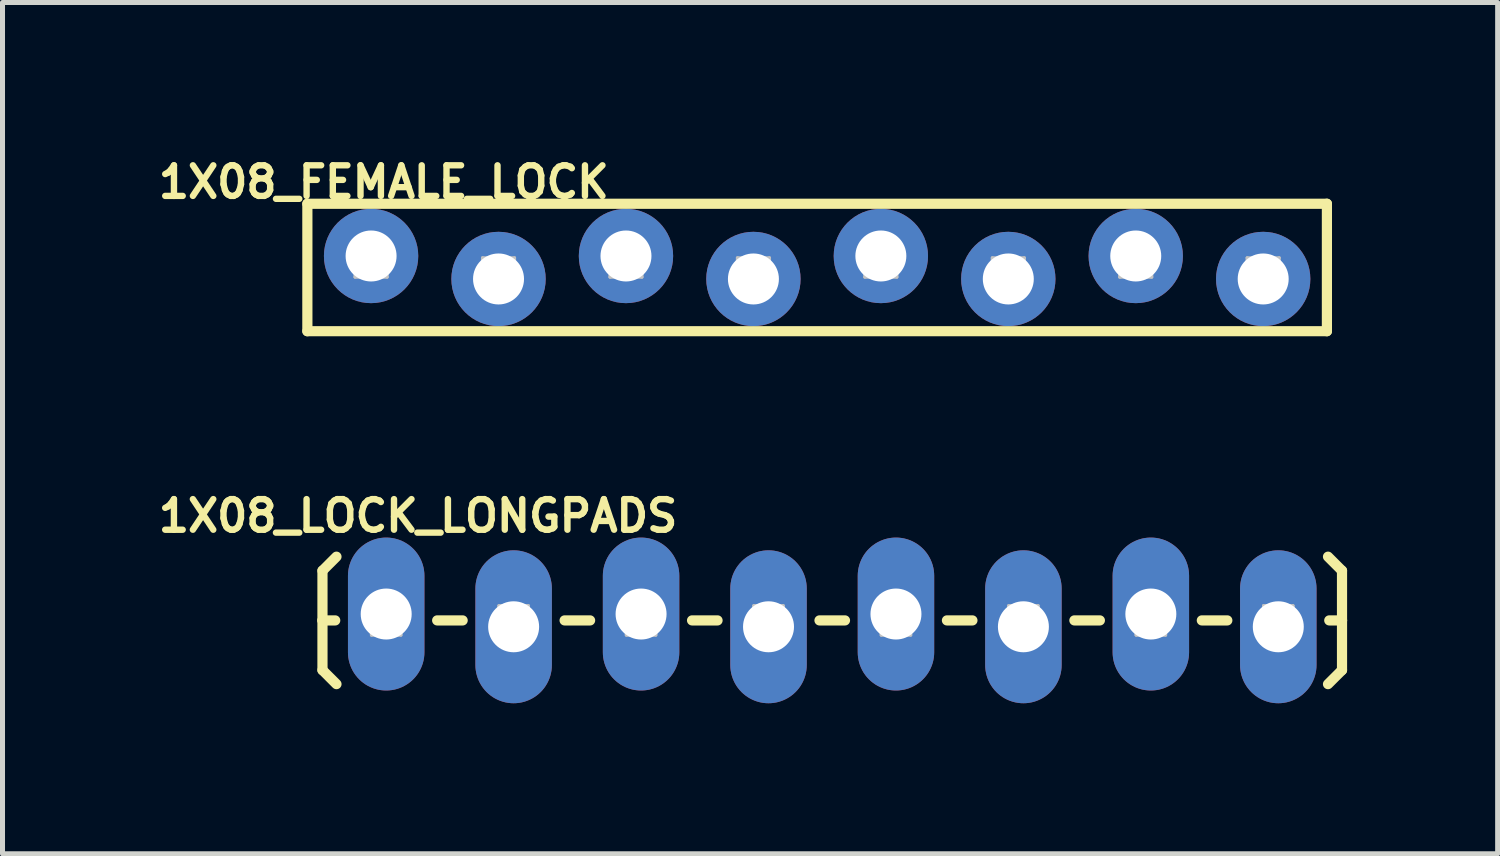
<source format=kicad_pcb>
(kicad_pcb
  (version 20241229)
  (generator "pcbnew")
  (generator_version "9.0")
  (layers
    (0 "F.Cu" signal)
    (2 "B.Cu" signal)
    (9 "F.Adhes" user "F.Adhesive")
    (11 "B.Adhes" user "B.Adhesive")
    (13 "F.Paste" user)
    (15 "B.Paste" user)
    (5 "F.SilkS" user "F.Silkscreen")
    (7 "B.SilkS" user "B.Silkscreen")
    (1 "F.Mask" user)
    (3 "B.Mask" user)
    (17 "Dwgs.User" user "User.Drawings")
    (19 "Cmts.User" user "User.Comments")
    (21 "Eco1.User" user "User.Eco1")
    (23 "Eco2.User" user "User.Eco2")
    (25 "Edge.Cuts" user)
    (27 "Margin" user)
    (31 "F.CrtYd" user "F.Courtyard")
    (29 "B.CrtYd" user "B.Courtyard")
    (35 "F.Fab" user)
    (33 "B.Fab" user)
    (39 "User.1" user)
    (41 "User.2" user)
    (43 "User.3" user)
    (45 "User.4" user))
  (footprint "1X08_LOCK_LONGPADS"
    (layer "F.Cu")
    (at 4.647 9.315)
    (property "Reference" "1X08_LOCK_LONGPADS" (at 0.635 -2.083 0) (layer "F.SilkS") (effects (font (size 0.61 0.61) (thickness 0.127))))
    (attr exclude_from_pos_files exclude_from_bom)
    (fp_line (start -1.27 -0.991) (end -0.991 -1.27) (stroke (width 0.203) (type solid)) (layer "F.SilkS"))
    (fp_line (start -1.27 0) (end -1.27 -0.991) (stroke (width 0.203) (type solid)) (layer "F.SilkS"))
    (fp_line (start -1.27 0) (end -1.27 0.991) (stroke (width 0.203) (type solid)) (layer "F.SilkS"))
    (fp_line (start -1.27 0) (end -1.016 0) (stroke (width 0.203) (type solid)) (layer "F.SilkS"))
    (fp_line (start -1.27 0.991) (end -0.991 1.27) (stroke (width 0.203) (type solid)) (layer "F.SilkS"))
    (fp_line (start 1.524 0) (end 1.016 0) (stroke (width 0.203) (type solid)) (layer "F.SilkS"))
    (fp_line (start 4.064 0) (end 3.556 0) (stroke (width 0.203) (type solid)) (layer "F.SilkS"))
    (fp_line (start 6.604 0) (end 6.096 0) (stroke (width 0.203) (type solid)) (layer "F.SilkS"))
    (fp_line (start 9.144 0) (end 8.636 0) (stroke (width 0.203) (type solid)) (layer "F.SilkS"))
    (fp_line (start 11.684 0) (end 11.176 0) (stroke (width 0.203) (type solid)) (layer "F.SilkS"))
    (fp_line (start 14.224 0) (end 13.716 0) (stroke (width 0.203) (type solid)) (layer "F.SilkS"))
    (fp_line (start 16.764 0) (end 16.256 0) (stroke (width 0.203) (type solid)) (layer "F.SilkS"))
    (fp_line (start 19.05 -0.991) (end 18.771 -1.27) (stroke (width 0.203) (type solid)) (layer "F.SilkS"))
    (fp_line (start 19.05 0) (end 18.796 0) (stroke (width 0.203) (type solid)) (layer "F.SilkS"))
    (fp_line (start 19.05 0) (end 19.05 -0.991) (stroke (width 0.203) (type solid)) (layer "F.SilkS"))
    (fp_line (start 19.05 0) (end 19.05 0.991) (stroke (width 0.203) (type solid)) (layer "F.SilkS"))
    (fp_line (start 19.05 0.991) (end 18.771 1.27) (stroke (width 0.203) (type solid)) (layer "F.SilkS"))
    (fp_line (start -0.292 -0.292) (end 0.292 -0.292) (stroke (width 0.066) (type solid)) (layer "Dwgs.User"))
    (fp_line (start -0.292 0.292) (end -0.292 -0.292) (stroke (width 0.066) (type solid)) (layer "Dwgs.User"))
    (fp_line (start -0.292 0.292) (end 0.292 0.292) (stroke (width 0.066) (type solid)) (layer "Dwgs.User"))
    (fp_line (start 0.292 0.292) (end 0.292 -0.292) (stroke (width 0.066) (type solid)) (layer "Dwgs.User"))
    (fp_line (start 2.248 -0.292) (end 2.832 -0.292) (stroke (width 0.066) (type solid)) (layer "Dwgs.User"))
    (fp_line (start 2.248 0.292) (end 2.248 -0.292) (stroke (width 0.066) (type solid)) (layer "Dwgs.User"))
    (fp_line (start 2.248 0.292) (end 2.832 0.292) (stroke (width 0.066) (type solid)) (layer "Dwgs.User"))
    (fp_line (start 2.832 0.292) (end 2.832 -0.292) (stroke (width 0.066) (type solid)) (layer "Dwgs.User"))
    (fp_line (start 4.788 -0.292) (end 5.372 -0.292) (stroke (width 0.066) (type solid)) (layer "Dwgs.User"))
    (fp_line (start 4.788 0.292) (end 4.788 -0.292) (stroke (width 0.066) (type solid)) (layer "Dwgs.User"))
    (fp_line (start 4.788 0.292) (end 5.372 0.292) (stroke (width 0.066) (type solid)) (layer "Dwgs.User"))
    (fp_line (start 5.372 0.292) (end 5.372 -0.292) (stroke (width 0.066) (type solid)) (layer "Dwgs.User"))
    (fp_line (start 7.328 -0.292) (end 7.912 -0.292) (stroke (width 0.066) (type solid)) (layer "Dwgs.User"))
    (fp_line (start 7.328 0.292) (end 7.328 -0.292) (stroke (width 0.066) (type solid)) (layer "Dwgs.User"))
    (fp_line (start 7.328 0.292) (end 7.912 0.292) (stroke (width 0.066) (type solid)) (layer "Dwgs.User"))
    (fp_line (start 7.912 0.292) (end 7.912 -0.292) (stroke (width 0.066) (type solid)) (layer "Dwgs.User"))
    (fp_line (start 9.868 -0.292) (end 10.452 -0.292) (stroke (width 0.066) (type solid)) (layer "Dwgs.User"))
    (fp_line (start 9.868 0.292) (end 9.868 -0.292) (stroke (width 0.066) (type solid)) (layer "Dwgs.User"))
    (fp_line (start 9.868 0.292) (end 10.452 0.292) (stroke (width 0.066) (type solid)) (layer "Dwgs.User"))
    (fp_line (start 10.452 0.292) (end 10.452 -0.292) (stroke (width 0.066) (type solid)) (layer "Dwgs.User"))
    (fp_line (start 12.408 -0.292) (end 12.992 -0.292) (stroke (width 0.066) (type solid)) (layer "Dwgs.User"))
    (fp_line (start 12.408 0.292) (end 12.408 -0.292) (stroke (width 0.066) (type solid)) (layer "Dwgs.User"))
    (fp_line (start 12.408 0.292) (end 12.992 0.292) (stroke (width 0.066) (type solid)) (layer "Dwgs.User"))
    (fp_line (start 12.992 0.292) (end 12.992 -0.292) (stroke (width 0.066) (type solid)) (layer "Dwgs.User"))
    (fp_line (start 14.948 -0.292) (end 15.532 -0.292) (stroke (width 0.066) (type solid)) (layer "Dwgs.User"))
    (fp_line (start 14.948 0.292) (end 14.948 -0.292) (stroke (width 0.066) (type solid)) (layer "Dwgs.User"))
    (fp_line (start 14.948 0.292) (end 15.532 0.292) (stroke (width 0.066) (type solid)) (layer "Dwgs.User"))
    (fp_line (start 15.532 0.292) (end 15.532 -0.292) (stroke (width 0.066) (type solid)) (layer "Dwgs.User"))
    (fp_line (start 17.488 -0.292) (end 18.072 -0.292) (stroke (width 0.066) (type solid)) (layer "Dwgs.User"))
    (fp_line (start 17.488 0.292) (end 17.488 -0.292) (stroke (width 0.066) (type solid)) (layer "Dwgs.User"))
    (fp_line (start 17.488 0.292) (end 18.072 0.292) (stroke (width 0.066) (type solid)) (layer "Dwgs.User"))
    (fp_line (start 18.072 0.292) (end 18.072 -0.292) (stroke (width 0.066) (type solid)) (layer "Dwgs.User"))
    (pad "1" thru_hole oval (at 0 -0.127 180) (size 1.524 3.048) (drill 1.016) (layers "*.Cu" "*.Paste" "*.Mask"))
    (pad "2" thru_hole oval (at 2.54 0.127 180) (size 1.524 3.048) (drill 1.016) (layers "*.Cu" "*.Paste" "*.Mask"))
    (pad "3" thru_hole oval (at 5.08 -0.127 180) (size 1.524 3.048) (drill 1.016) (layers "*.Cu" "*.Paste" "*.Mask"))
    (pad "4" thru_hole oval (at 7.62 0.127 180) (size 1.524 3.048) (drill 1.016) (layers "*.Cu" "*.Paste" "*.Mask"))
    (pad "5" thru_hole oval (at 10.16 -0.127 180) (size 1.524 3.048) (drill 1.016) (layers "*.Cu" "*.Paste" "*.Mask"))
    (pad "6" thru_hole oval (at 12.7 0.127 180) (size 1.524 3.048) (drill 1.016) (layers "*.Cu" "*.Paste" "*.Mask"))
    (pad "7" thru_hole oval (at 15.24 -0.127 180) (size 1.524 3.048) (drill 1.016) (layers "*.Cu" "*.Paste" "*.Mask"))
    (pad "8" thru_hole oval (at 17.78 0.127 180) (size 1.524 3.048) (drill 1.016) (layers "*.Cu" "*.Paste" "*.Mask")))
  (footprint "1X08_FEMALE_LOCK"
    (layer "F.Cu")
    (at 4.346 2.281)
    (property "Reference" "1X08_FEMALE_LOCK" (at 0.254 -1.702 0) (layer "F.SilkS") (effects (font (size 0.61 0.61) (thickness 0.127))))
    (attr exclude_from_pos_files exclude_from_bom)
    (fp_line (start -1.27 -1.27) (end -1.27 1.27) (stroke (width 0.203) (type solid)) (layer "F.SilkS"))
    (fp_line (start -1.27 -1.27) (end 19.05 -1.27) (stroke (width 0.203) (type solid)) (layer "F.SilkS"))
    (fp_line (start 19.05 -1.27) (end 19.05 1.27) (stroke (width 0.203) (type solid)) (layer "F.SilkS"))
    (fp_line (start 19.05 1.27) (end -1.27 1.27) (stroke (width 0.203) (type solid)) (layer "F.SilkS"))
    (fp_line (start -0.318 -0.191) (end 0.318 -0.191) (stroke (width 0.066) (type solid)) (layer "Dwgs.User"))
    (fp_line (start -0.318 0.191) (end -0.318 -0.191) (stroke (width 0.066) (type solid)) (layer "Dwgs.User"))
    (fp_line (start -0.318 0.191) (end 0.318 0.191) (stroke (width 0.066) (type solid)) (layer "Dwgs.User"))
    (fp_line (start 0.318 0.191) (end 0.318 -0.191) (stroke (width 0.066) (type solid)) (layer "Dwgs.User"))
    (fp_line (start 2.223 -0.191) (end 2.857 -0.191) (stroke (width 0.066) (type solid)) (layer "Dwgs.User"))
    (fp_line (start 2.223 0.191) (end 2.223 -0.191) (stroke (width 0.066) (type solid)) (layer "Dwgs.User"))
    (fp_line (start 2.223 0.191) (end 2.857 0.191) (stroke (width 0.066) (type solid)) (layer "Dwgs.User"))
    (fp_line (start 2.857 0.191) (end 2.857 -0.191) (stroke (width 0.066) (type solid)) (layer "Dwgs.User"))
    (fp_line (start 4.763 -0.191) (end 5.397 -0.191) (stroke (width 0.066) (type solid)) (layer "Dwgs.User"))
    (fp_line (start 4.763 0.191) (end 4.763 -0.191) (stroke (width 0.066) (type solid)) (layer "Dwgs.User"))
    (fp_line (start 4.763 0.191) (end 5.397 0.191) (stroke (width 0.066) (type solid)) (layer "Dwgs.User"))
    (fp_line (start 5.397 0.191) (end 5.397 -0.191) (stroke (width 0.066) (type solid)) (layer "Dwgs.User"))
    (fp_line (start 7.303 -0.191) (end 7.938 -0.191) (stroke (width 0.066) (type solid)) (layer "Dwgs.User"))
    (fp_line (start 7.303 0.191) (end 7.303 -0.191) (stroke (width 0.066) (type solid)) (layer "Dwgs.User"))
    (fp_line (start 7.303 0.191) (end 7.938 0.191) (stroke (width 0.066) (type solid)) (layer "Dwgs.User"))
    (fp_line (start 7.938 0.191) (end 7.938 -0.191) (stroke (width 0.066) (type solid)) (layer "Dwgs.User"))
    (fp_line (start 9.842 -0.191) (end 10.477 -0.191) (stroke (width 0.066) (type solid)) (layer "Dwgs.User"))
    (fp_line (start 9.842 0.191) (end 9.842 -0.191) (stroke (width 0.066) (type solid)) (layer "Dwgs.User"))
    (fp_line (start 9.842 0.191) (end 10.477 0.191) (stroke (width 0.066) (type solid)) (layer "Dwgs.User"))
    (fp_line (start 10.477 0.191) (end 10.477 -0.191) (stroke (width 0.066) (type solid)) (layer "Dwgs.User"))
    (fp_line (start 12.383 -0.191) (end 13.018 -0.191) (stroke (width 0.066) (type solid)) (layer "Dwgs.User"))
    (fp_line (start 12.383 0.191) (end 12.383 -0.191) (stroke (width 0.066) (type solid)) (layer "Dwgs.User"))
    (fp_line (start 12.383 0.191) (end 13.018 0.191) (stroke (width 0.066) (type solid)) (layer "Dwgs.User"))
    (fp_line (start 13.018 0.191) (end 13.018 -0.191) (stroke (width 0.066) (type solid)) (layer "Dwgs.User"))
    (fp_line (start 14.922 -0.191) (end 15.557 -0.191) (stroke (width 0.066) (type solid)) (layer "Dwgs.User"))
    (fp_line (start 14.922 0.191) (end 14.922 -0.191) (stroke (width 0.066) (type solid)) (layer "Dwgs.User"))
    (fp_line (start 14.922 0.191) (end 15.557 0.191) (stroke (width 0.066) (type solid)) (layer "Dwgs.User"))
    (fp_line (start 15.557 0.191) (end 15.557 -0.191) (stroke (width 0.066) (type solid)) (layer "Dwgs.User"))
    (fp_line (start 17.462 -0.191) (end 18.098 -0.191) (stroke (width 0.066) (type solid)) (layer "Dwgs.User"))
    (fp_line (start 17.462 0.191) (end 17.462 -0.191) (stroke (width 0.066) (type solid)) (layer "Dwgs.User"))
    (fp_line (start 17.462 0.191) (end 18.098 0.191) (stroke (width 0.066) (type solid)) (layer "Dwgs.User"))
    (fp_line (start 18.098 0.191) (end 18.098 -0.191) (stroke (width 0.066) (type solid)) (layer "Dwgs.User"))
    (pad "1" thru_hole circle (at 0 -0.229) (size 1.88 1.88) (drill 1.016) (layers "*.Cu" "*.Paste" "*.Mask"))
    (pad "2" thru_hole circle (at 2.54 0.229) (size 1.88 1.88) (drill 1.016) (layers "*.Cu" "*.Paste" "*.Mask"))
    (pad "3" thru_hole circle (at 5.08 -0.229) (size 1.88 1.88) (drill 1.016) (layers "*.Cu" "*.Paste" "*.Mask"))
    (pad "4" thru_hole circle (at 7.62 0.229) (size 1.88 1.88) (drill 1.016) (layers "*.Cu" "*.Paste" "*.Mask"))
    (pad "5" thru_hole circle (at 10.16 -0.229) (size 1.88 1.88) (drill 1.016) (layers "*.Cu" "*.Paste" "*.Mask"))
    (pad "6" thru_hole circle (at 12.7 0.229) (size 1.88 1.88) (drill 1.016) (layers "*.Cu" "*.Paste" "*.Mask"))
    (pad "7" thru_hole circle (at 15.24 -0.229) (size 1.88 1.88) (drill 1.016) (layers "*.Cu" "*.Paste" "*.Mask"))
    (pad "8" thru_hole circle (at 17.78 0.229) (size 1.88 1.88) (drill 1.016) (layers "*.Cu" "*.Paste" "*.Mask")))
  (gr_rect
    (start -3 -3)
    (end 26.799 13.966)
    (stroke (width 0.1) (type default))
    (fill no)
    (layer "Edge.Cuts")))
</source>
